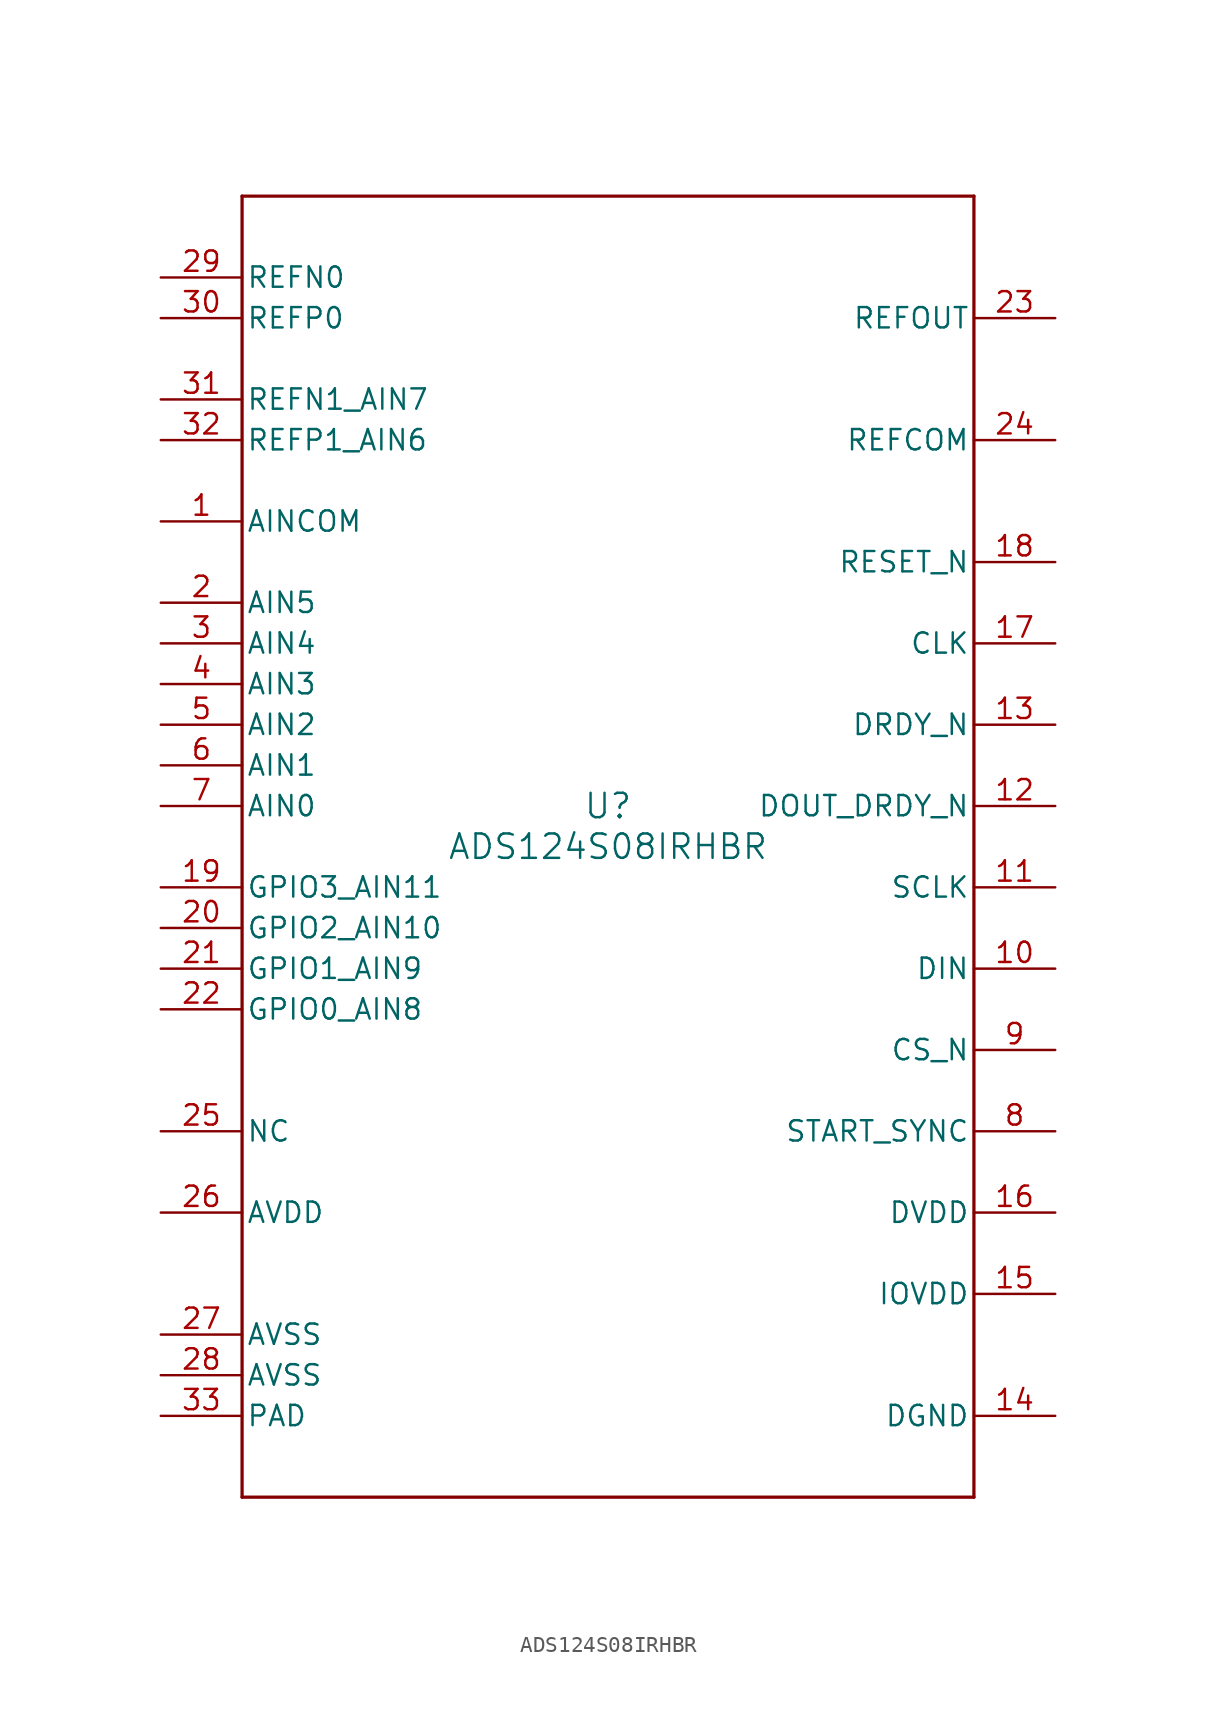
<source format=kicad_sym>
(kicad_symbol_lib
  (version 20211014)
  (generator kicad_symbol_editor)
  (symbol "ADS124S08IRHBR"
    (pin_names
      (offset 0.254))
    (property "Reference" "U"
      (at 0 2.54 0)
      (effects (font (size 1.524 1.524))))
    (property "Value" "ADS124S08IRHBR"
      (at 0 0 0)
      (effects (font (size 1.524 1.524))))
    (symbol "ADS124S08IRHBR_0_1"
      (polyline (pts (xy -22.86 -40.64) (xy 22.86 -40.64)) (stroke (width 0.203) (type default) (color 0 0 0 0)) (fill (type none)))
      (polyline (pts (xy 22.86 -40.64) (xy 22.86 40.64)) (stroke (width 0.203) (type default) (color 0 0 0 0)) (fill (type none)))
      (polyline (pts (xy 22.86 40.64) (xy -22.86 40.64)) (stroke (width 0.203) (type default) (color 0 0 0 0)) (fill (type none)))
      (polyline (pts (xy -22.86 40.64) (xy -22.86 -40.64)) (stroke (width 0.203) (type default) (color 0 0 0 0)) (fill (type none)))
      (pin input line (at -27.94 20.32 0) (length 5.08) (name "AINCOM" (effects (font (size 1.27 1.27)))) (number "1" (effects (font (size 1.27 1.27)))))
      (pin input line (at -27.94 15.24 0) (length 5.08) (name "AIN5" (effects (font (size 1.27 1.27)))) (number "2" (effects (font (size 1.27 1.27)))))
      (pin input line (at -27.94 12.7 0) (length 5.08) (name "AIN4" (effects (font (size 1.27 1.27)))) (number "3" (effects (font (size 1.27 1.27)))))
      (pin input line (at -27.94 10.16 0) (length 5.08) (name "AIN3" (effects (font (size 1.27 1.27)))) (number "4" (effects (font (size 1.27 1.27)))))
      (pin input line (at -27.94 7.62 0) (length 5.08) (name "AIN2" (effects (font (size 1.27 1.27)))) (number "5" (effects (font (size 1.27 1.27)))))
      (pin input line (at -27.94 5.08 0) (length 5.08) (name "AIN1" (effects (font (size 1.27 1.27)))) (number "6" (effects (font (size 1.27 1.27)))))
      (pin input line (at -27.94 2.54 0) (length 5.08) (name "AIN0" (effects (font (size 1.27 1.27)))) (number "7" (effects (font (size 1.27 1.27)))))
      (pin input line (at 27.94 -17.78 180) (length 5.08) (name "START_SYNC" (effects (font (size 1.27 1.27)))) (number "8" (effects (font (size 1.27 1.27)))))
      (pin input line (at 27.94 -12.7 180) (length 5.08) (name "CS_N" (effects (font (size 1.27 1.27)))) (number "9" (effects (font (size 1.27 1.27)))))
      (pin input line (at 27.94 -7.62 180) (length 5.08) (name "DIN" (effects (font (size 1.27 1.27)))) (number "10" (effects (font (size 1.27 1.27)))))
      (pin input line (at 27.94 -2.54 180) (length 5.08) (name "SCLK" (effects (font (size 1.27 1.27)))) (number "11" (effects (font (size 1.27 1.27)))))
      (pin output line (at 27.94 2.54 180) (length 5.08) (name "DOUT_DRDY_N" (effects (font (size 1.27 1.27)))) (number "12" (effects (font (size 1.27 1.27)))))
      (pin output line (at 27.94 7.62 180) (length 5.08) (name "DRDY_N" (effects (font (size 1.27 1.27)))) (number "13" (effects (font (size 1.27 1.27)))))
      (pin power_in line (at 27.94 -35.56 180) (length 5.08) (name "DGND" (effects (font (size 1.27 1.27)))) (number "14" (effects (font (size 1.27 1.27)))))
      (pin power_in line (at 27.94 -27.94 180) (length 5.08) (name "IOVDD" (effects (font (size 1.27 1.27)))) (number "15" (effects (font (size 1.27 1.27)))))
      (pin power_in line (at 27.94 -22.86 180) (length 5.08) (name "DVDD" (effects (font (size 1.27 1.27)))) (number "16" (effects (font (size 1.27 1.27)))))
      (pin input line (at 27.94 12.7 180) (length 5.08) (name "CLK" (effects (font (size 1.27 1.27)))) (number "17" (effects (font (size 1.27 1.27)))))
      (pin input line (at 27.94 17.78 180) (length 5.08) (name "RESET_N" (effects (font (size 1.27 1.27)))) (number "18" (effects (font (size 1.27 1.27)))))
      (pin bidirectional line (at -27.94 -2.54 0) (length 5.08) (name "GPIO3_AIN11" (effects (font (size 1.27 1.27)))) (number "19" (effects (font (size 1.27 1.27)))))
      (pin bidirectional line (at -27.94 -5.08 0) (length 5.08) (name "GPIO2_AIN10" (effects (font (size 1.27 1.27)))) (number "20" (effects (font (size 1.27 1.27)))))
      (pin bidirectional line (at -27.94 -7.62 0) (length 5.08) (name "GPIO1_AIN9" (effects (font (size 1.27 1.27)))) (number "21" (effects (font (size 1.27 1.27)))))
      (pin bidirectional line (at -27.94 -10.16 0) (length 5.08) (name "GPIO0_AIN8" (effects (font (size 1.27 1.27)))) (number "22" (effects (font (size 1.27 1.27)))))
      (pin power_in line (at 27.94 33.02 180) (length 5.08) (name "REFOUT" (effects (font (size 1.27 1.27)))) (number "23" (effects (font (size 1.27 1.27)))))
      (pin power_in line (at 27.94 25.4 180) (length 5.08) (name "REFCOM" (effects (font (size 1.27 1.27)))) (number "24" (effects (font (size 1.27 1.27)))))
      (pin unspecified line (at -27.94 -17.78 0) (length 5.08) (name "NC" (effects (font (size 1.27 1.27)))) (number "25" (effects (font (size 1.27 1.27)))))
      (pin power_in line (at -27.94 -22.86 0) (length 5.08) (name "AVDD" (effects (font (size 1.27 1.27)))) (number "26" (effects (font (size 1.27 1.27)))))
      (pin power_in line (at -27.94 -30.48 0) (length 5.08) (name "AVSS" (effects (font (size 1.27 1.27)))) (number "27" (effects (font (size 1.27 1.27)))))
      (pin power_in line (at -27.94 -33.02 0) (length 5.08) (name "AVSS" (effects (font (size 1.27 1.27)))) (number "28" (effects (font (size 1.27 1.27)))))
      (pin input line (at -27.94 35.56 0) (length 5.08) (name "REFN0" (effects (font (size 1.27 1.27)))) (number "29" (effects (font (size 1.27 1.27)))))
      (pin input line (at -27.94 33.02 0) (length 5.08) (name "REFP0" (effects (font (size 1.27 1.27)))) (number "30" (effects (font (size 1.27 1.27)))))
      (pin input line (at -27.94 27.94 0) (length 5.08) (name "REFN1_AIN7" (effects (font (size 1.27 1.27)))) (number "31" (effects (font (size 1.27 1.27)))))
      (pin input line (at -27.94 25.4 0) (length 5.08) (name "REFP1_AIN6" (effects (font (size 1.27 1.27)))) (number "32" (effects (font (size 1.27 1.27)))))
      (pin power_in line (at -27.94 -35.56 0) (length 5.08) (name "PAD" (effects (font (size 1.27 1.27)))) (number "33" (effects (font (size 1.27 1.27))))))))
</source>
